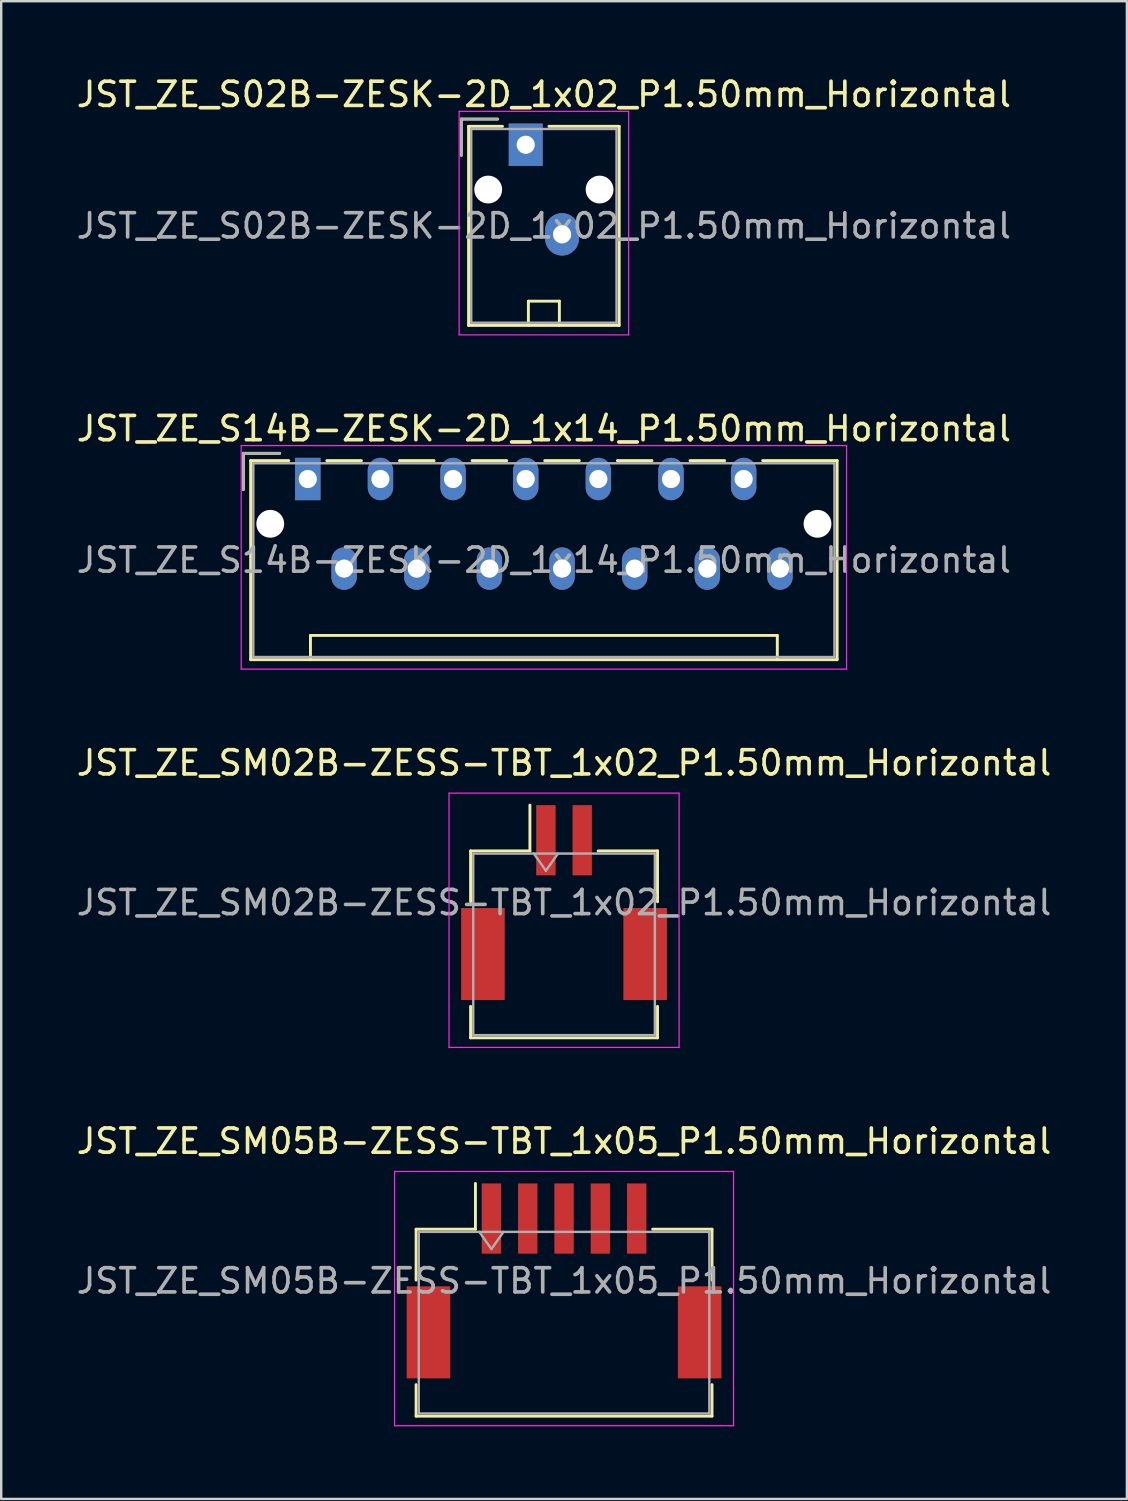
<source format=kicad_pcb>
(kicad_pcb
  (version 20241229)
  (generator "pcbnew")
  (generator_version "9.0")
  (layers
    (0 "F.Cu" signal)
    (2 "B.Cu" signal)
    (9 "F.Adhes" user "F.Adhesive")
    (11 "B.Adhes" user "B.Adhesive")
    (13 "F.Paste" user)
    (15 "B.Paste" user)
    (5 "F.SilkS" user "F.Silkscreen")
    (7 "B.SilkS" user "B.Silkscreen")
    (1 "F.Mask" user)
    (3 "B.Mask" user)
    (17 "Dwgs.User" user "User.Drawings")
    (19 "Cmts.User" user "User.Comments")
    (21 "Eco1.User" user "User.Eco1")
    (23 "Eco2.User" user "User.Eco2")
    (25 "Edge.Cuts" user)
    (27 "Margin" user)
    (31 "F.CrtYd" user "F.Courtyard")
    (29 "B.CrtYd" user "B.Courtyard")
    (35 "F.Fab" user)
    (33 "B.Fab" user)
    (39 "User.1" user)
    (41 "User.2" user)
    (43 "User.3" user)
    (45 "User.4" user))
  (footprint "JST_ZE_SM05B-ZESS-TBT_1x05_P1.50mm_Horizontal"
    (layer "F.Cu")
    (at 20.244 49.848)
    (property "Reference" "JST_ZE_SM05B-ZESS-TBT_1x05_P1.50mm_Horizontal" (at 0 -5.77 0) (layer "F.SilkS") (effects (font (size 1 1) (thickness 0.15))))
    (attr smd)
    (fp_line (start -6.11 -2.135) (end -3.66 -2.135) (stroke (width 0.12) (type solid)) (layer "F.SilkS"))
    (fp_line (start -6.11 -0.035) (end -6.11 -2.135) (stroke (width 0.12) (type solid)) (layer "F.SilkS"))
    (fp_line (start -6.11 4.285) (end -6.11 5.585) (stroke (width 0.12) (type solid)) (layer "F.SilkS"))
    (fp_line (start -6.11 5.585) (end 6.11 5.585) (stroke (width 0.12) (type solid)) (layer "F.SilkS"))
    (fp_line (start -3.66 -2.135) (end -3.66 -4.025) (stroke (width 0.12) (type solid)) (layer "F.SilkS"))
    (fp_line (start 6.11 -2.135) (end 3.66 -2.135) (stroke (width 0.12) (type solid)) (layer "F.SilkS"))
    (fp_line (start 6.11 -0.035) (end 6.11 -2.135) (stroke (width 0.12) (type solid)) (layer "F.SilkS"))
    (fp_line (start 6.11 5.585) (end 6.11 4.285) (stroke (width 0.12) (type solid)) (layer "F.SilkS"))
    (fp_line (start -7 -4.52) (end -7 5.98) (stroke (width 0.05) (type solid)) (layer "F.CrtYd"))
    (fp_line (start -7 5.98) (end 7 5.98) (stroke (width 0.05) (type solid)) (layer "F.CrtYd"))
    (fp_line (start 7 -4.52) (end -7 -4.52) (stroke (width 0.05) (type solid)) (layer "F.CrtYd"))
    (fp_line (start 7 5.98) (end 7 -4.52) (stroke (width 0.05) (type solid)) (layer "F.CrtYd"))
    (fp_line (start -6 -2.025) (end -6 5.475) (stroke (width 0.1) (type solid)) (layer "F.Fab"))
    (fp_line (start -6 -2.025) (end 6 -2.025) (stroke (width 0.1) (type solid)) (layer "F.Fab"))
    (fp_line (start -6 5.475) (end 6 5.475) (stroke (width 0.1) (type solid)) (layer "F.Fab"))
    (fp_line (start -3.5 -2.025) (end -3 -1.318) (stroke (width 0.1) (type solid)) (layer "F.Fab"))
    (fp_line (start -3 -1.318) (end -2.5 -2.025) (stroke (width 0.1) (type solid)) (layer "F.Fab"))
    (fp_line (start 6 -2.025) (end 6 5.475) (stroke (width 0.1) (type solid)) (layer "F.Fab"))
    (fp_text user "${REFERENCE}" (at 0 0 0) (layer "F.Fab") (effects (font (size 1 1) (thickness 0.15))))
    (pad "" smd rect (at -5.6 2.125) (size 1.8 3.8) (layers "F.Cu" "F.Mask" "F.Paste"))
    (pad "" smd rect (at 5.6 2.125) (size 1.8 3.8) (layers "F.Cu" "F.Mask" "F.Paste"))
    (pad "1" smd rect (at -3 -2.575) (size 0.8 2.9) (layers "F.Cu" "F.Mask" "F.Paste"))
    (pad "2" smd rect (at -1.5 -2.575) (size 0.8 2.9) (layers "F.Cu" "F.Mask" "F.Paste"))
    (pad "3" smd rect (at 0 -2.575) (size 0.8 2.9) (layers "F.Cu" "F.Mask" "F.Paste"))
    (pad "4" smd rect (at 1.5 -2.575) (size 0.8 2.9) (layers "F.Cu" "F.Mask" "F.Paste"))
    (pad "5" smd rect (at 3 -2.575) (size 0.8 2.9) (layers "F.Cu" "F.Mask" "F.Paste")))
  (footprint "JST_ZE_S02B-ZESK-2D_1x02_P1.50mm_Horizontal"
    (layer "F.Cu")
    (at 18.661 2.928)
    (property "Reference" "JST_ZE_S02B-ZESK-2D_1x02_P1.50mm_Horizontal" (at 0.75 -2.08 0) (layer "F.SilkS") (effects (font (size 1 1) (thickness 0.15))))
    (attr through_hole)
    (fp_line (start -2.66 -1.06) (end -1.16 -1.06) (stroke (width 0.12) (type solid)) (layer "F.SilkS"))
    (fp_line (start -2.66 0.44) (end -2.66 -1.06) (stroke (width 0.12) (type solid)) (layer "F.SilkS"))
    (fp_line (start -2.36 -0.76) (end -2.36 7.46) (stroke (width 0.12) (type solid)) (layer "F.SilkS"))
    (fp_line (start -2.36 7.46) (end 3.86 7.46) (stroke (width 0.12) (type solid)) (layer "F.SilkS"))
    (fp_line (start -0.96 -0.76) (end -2.36 -0.76) (stroke (width 0.12) (type solid)) (layer "F.SilkS"))
    (fp_line (start 0.11 6.46) (end 1.39 6.46) (stroke (width 0.12) (type solid)) (layer "F.SilkS"))
    (fp_line (start 0.11 7.46) (end 0.11 6.46) (stroke (width 0.12) (type solid)) (layer "F.SilkS"))
    (fp_line (start 1.39 6.46) (end 1.39 7.46) (stroke (width 0.12) (type solid)) (layer "F.SilkS"))
    (fp_line (start 3.86 -0.76) (end 0.96 -0.76) (stroke (width 0.12) (type solid)) (layer "F.SilkS"))
    (fp_line (start 3.86 7.46) (end 3.86 -0.76) (stroke (width 0.12) (type solid)) (layer "F.SilkS"))
    (fp_line (start -2.75 -1.38) (end -2.75 7.85) (stroke (width 0.05) (type solid)) (layer "F.CrtYd"))
    (fp_line (start -2.75 7.85) (end 4.25 7.85) (stroke (width 0.05) (type solid)) (layer "F.CrtYd"))
    (fp_line (start 4.25 -1.38) (end -2.75 -1.38) (stroke (width 0.05) (type solid)) (layer "F.CrtYd"))
    (fp_line (start 4.25 7.85) (end 4.25 -1.38) (stroke (width 0.05) (type solid)) (layer "F.CrtYd"))
    (fp_line (start -2.66 -1.06) (end -1.16 -1.06) (stroke (width 0.1) (type solid)) (layer "F.Fab"))
    (fp_line (start -2.66 0.44) (end -2.66 -1.06) (stroke (width 0.1) (type solid)) (layer "F.Fab"))
    (fp_line (start -2.25 -0.65) (end -2.25 7.35) (stroke (width 0.1) (type solid)) (layer "F.Fab"))
    (fp_line (start -2.25 7.35) (end 3.75 7.35) (stroke (width 0.1) (type solid)) (layer "F.Fab"))
    (fp_line (start 3.75 -0.65) (end -2.25 -0.65) (stroke (width 0.1) (type solid)) (layer "F.Fab"))
    (fp_line (start 3.75 7.35) (end 3.75 -0.65) (stroke (width 0.1) (type solid)) (layer "F.Fab"))
    (fp_text user "${REFERENCE}" (at 0.75 3.35 0) (layer "F.Fab") (effects (font (size 1 1) (thickness 0.15))))
    (pad "" np_thru_hole circle (at -1.55 1.85) (size 1.15 1.15) (drill 1.15) (layers "*.Cu" "*.Mask"))
    (pad "" np_thru_hole circle (at 3.05 1.85) (size 1.15 1.15) (drill 1.15) (layers "*.Cu" "*.Mask"))
    (pad "1" thru_hole rect (at 0 0) (size 1.4 1.75) (drill 0.75) (layers "*.Cu" "*.Mask"))
    (pad "2" thru_hole oval (at 1.5 3.7) (size 1.4 1.75) (drill 0.75) (layers "*.Cu" "*.Mask")))
  (footprint "JST_ZE_SM02B-ZESS-TBT_1x02_P1.50mm_Horizontal"
    (layer "F.Cu")
    (at 20.244 34.225)
    (property "Reference" "JST_ZE_SM02B-ZESS-TBT_1x02_P1.50mm_Horizontal" (at 0 -5.77 0) (layer "F.SilkS") (effects (font (size 1 1) (thickness 0.15))))
    (attr smd)
    (fp_line (start -3.86 -2.135) (end -1.41 -2.135) (stroke (width 0.12) (type solid)) (layer "F.SilkS"))
    (fp_line (start -3.86 -0.035) (end -3.86 -2.135) (stroke (width 0.12) (type solid)) (layer "F.SilkS"))
    (fp_line (start -3.86 4.285) (end -3.86 5.585) (stroke (width 0.12) (type solid)) (layer "F.SilkS"))
    (fp_line (start -3.86 5.585) (end 3.86 5.585) (stroke (width 0.12) (type solid)) (layer "F.SilkS"))
    (fp_line (start -1.41 -2.135) (end -1.41 -4.025) (stroke (width 0.12) (type solid)) (layer "F.SilkS"))
    (fp_line (start 3.86 -2.135) (end 1.41 -2.135) (stroke (width 0.12) (type solid)) (layer "F.SilkS"))
    (fp_line (start 3.86 -0.035) (end 3.86 -2.135) (stroke (width 0.12) (type solid)) (layer "F.SilkS"))
    (fp_line (start 3.86 5.585) (end 3.86 4.285) (stroke (width 0.12) (type solid)) (layer "F.SilkS"))
    (fp_line (start -4.75 -4.52) (end -4.75 5.98) (stroke (width 0.05) (type solid)) (layer "F.CrtYd"))
    (fp_line (start -4.75 5.98) (end 4.75 5.98) (stroke (width 0.05) (type solid)) (layer "F.CrtYd"))
    (fp_line (start 4.75 -4.52) (end -4.75 -4.52) (stroke (width 0.05) (type solid)) (layer "F.CrtYd"))
    (fp_line (start 4.75 5.98) (end 4.75 -4.52) (stroke (width 0.05) (type solid)) (layer "F.CrtYd"))
    (fp_line (start -3.75 -2.025) (end -3.75 5.475) (stroke (width 0.1) (type solid)) (layer "F.Fab"))
    (fp_line (start -3.75 -2.025) (end 3.75 -2.025) (stroke (width 0.1) (type solid)) (layer "F.Fab"))
    (fp_line (start -3.75 5.475) (end 3.75 5.475) (stroke (width 0.1) (type solid)) (layer "F.Fab"))
    (fp_line (start -1.25 -2.025) (end -0.75 -1.318) (stroke (width 0.1) (type solid)) (layer "F.Fab"))
    (fp_line (start -0.75 -1.318) (end -0.25 -2.025) (stroke (width 0.1) (type solid)) (layer "F.Fab"))
    (fp_line (start 3.75 -2.025) (end 3.75 5.475) (stroke (width 0.1) (type solid)) (layer "F.Fab"))
    (fp_text user "${REFERENCE}" (at 0 0 0) (layer "F.Fab") (effects (font (size 1 1) (thickness 0.15))))
    (pad "" smd rect (at -3.35 2.125) (size 1.8 3.8) (layers "F.Cu" "F.Mask" "F.Paste"))
    (pad "" smd rect (at 3.35 2.125) (size 1.8 3.8) (layers "F.Cu" "F.Mask" "F.Paste"))
    (pad "1" smd rect (at -0.75 -2.575) (size 0.8 2.9) (layers "F.Cu" "F.Mask" "F.Paste"))
    (pad "2" smd rect (at 0.75 -2.575) (size 0.8 2.9) (layers "F.Cu" "F.Mask" "F.Paste")))
  (footprint "JST_ZE_S14B-ZESK-2D_1x14_P1.50mm_Horizontal"
    (layer "F.Cu")
    (at 9.661 16.732)
    (property "Reference" "JST_ZE_S14B-ZESK-2D_1x14_P1.50mm_Horizontal" (at 9.75 -2.08 0) (layer "F.SilkS") (effects (font (size 1 1) (thickness 0.15))))
    (attr through_hole)
    (fp_line (start -2.66 -1.06) (end -1.16 -1.06) (stroke (width 0.12) (type solid)) (layer "F.SilkS"))
    (fp_line (start -2.66 0.44) (end -2.66 -1.06) (stroke (width 0.12) (type solid)) (layer "F.SilkS"))
    (fp_line (start -2.36 -0.76) (end -2.36 7.46) (stroke (width 0.12) (type solid)) (layer "F.SilkS"))
    (fp_line (start -2.36 7.46) (end 21.86 7.46) (stroke (width 0.12) (type solid)) (layer "F.SilkS"))
    (fp_line (start -0.785 -0.76) (end -2.36 -0.76) (stroke (width 0.12) (type solid)) (layer "F.SilkS"))
    (fp_line (start 0.11 6.46) (end 19.39 6.46) (stroke (width 0.12) (type solid)) (layer "F.SilkS"))
    (fp_line (start 0.11 7.46) (end 0.11 6.46) (stroke (width 0.12) (type solid)) (layer "F.SilkS"))
    (fp_line (start 0.785 -0.76) (end 2.215 -0.76) (stroke (width 0.12) (type solid)) (layer "F.SilkS"))
    (fp_line (start 3.785 -0.76) (end 5.215 -0.76) (stroke (width 0.12) (type solid)) (layer "F.SilkS"))
    (fp_line (start 6.785 -0.76) (end 8.215 -0.76) (stroke (width 0.12) (type solid)) (layer "F.SilkS"))
    (fp_line (start 9.785 -0.76) (end 11.215 -0.76) (stroke (width 0.12) (type solid)) (layer "F.SilkS"))
    (fp_line (start 12.785 -0.76) (end 14.215 -0.76) (stroke (width 0.12) (type solid)) (layer "F.SilkS"))
    (fp_line (start 15.785 -0.76) (end 17.215 -0.76) (stroke (width 0.12) (type solid)) (layer "F.SilkS"))
    (fp_line (start 19.39 6.46) (end 19.39 7.46) (stroke (width 0.12) (type solid)) (layer "F.SilkS"))
    (fp_line (start 21.86 -0.76) (end 18.785 -0.76) (stroke (width 0.12) (type solid)) (layer "F.SilkS"))
    (fp_line (start 21.86 7.46) (end 21.86 -0.76) (stroke (width 0.12) (type solid)) (layer "F.SilkS"))
    (fp_line (start -2.75 -1.38) (end -2.75 7.85) (stroke (width 0.05) (type solid)) (layer "F.CrtYd"))
    (fp_line (start -2.75 7.85) (end 22.25 7.85) (stroke (width 0.05) (type solid)) (layer "F.CrtYd"))
    (fp_line (start 22.25 -1.38) (end -2.75 -1.38) (stroke (width 0.05) (type solid)) (layer "F.CrtYd"))
    (fp_line (start 22.25 7.85) (end 22.25 -1.38) (stroke (width 0.05) (type solid)) (layer "F.CrtYd"))
    (fp_line (start -2.66 -1.06) (end -1.16 -1.06) (stroke (width 0.1) (type solid)) (layer "F.Fab"))
    (fp_line (start -2.66 0.44) (end -2.66 -1.06) (stroke (width 0.1) (type solid)) (layer "F.Fab"))
    (fp_line (start -2.25 -0.65) (end -2.25 7.35) (stroke (width 0.1) (type solid)) (layer "F.Fab"))
    (fp_line (start -2.25 7.35) (end 21.75 7.35) (stroke (width 0.1) (type solid)) (layer "F.Fab"))
    (fp_line (start 21.75 -0.65) (end -2.25 -0.65) (stroke (width 0.1) (type solid)) (layer "F.Fab"))
    (fp_line (start 21.75 7.35) (end 21.75 -0.65) (stroke (width 0.1) (type solid)) (layer "F.Fab"))
    (fp_text user "${REFERENCE}" (at 9.75 3.35 0) (layer "F.Fab") (effects (font (size 1 1) (thickness 0.15))))
    (pad "" np_thru_hole circle (at -1.55 1.85) (size 1.15 1.15) (drill 1.15) (layers "*.Cu" "*.Mask"))
    (pad "" np_thru_hole circle (at 21.05 1.85) (size 1.15 1.15) (drill 1.15) (layers "*.Cu" "*.Mask"))
    (pad "1" thru_hole rect (at 0 0) (size 1.05 1.75) (drill 0.75) (layers "*.Cu" "*.Mask"))
    (pad "2" thru_hole oval (at 1.5 3.7) (size 1.05 1.75) (drill 0.75) (layers "*.Cu" "*.Mask"))
    (pad "3" thru_hole oval (at 3 0) (size 1.05 1.75) (drill 0.75) (layers "*.Cu" "*.Mask"))
    (pad "4" thru_hole oval (at 4.5 3.7) (size 1.05 1.75) (drill 0.75) (layers "*.Cu" "*.Mask"))
    (pad "5" thru_hole oval (at 6 0) (size 1.05 1.75) (drill 0.75) (layers "*.Cu" "*.Mask"))
    (pad "6" thru_hole oval (at 7.5 3.7) (size 1.05 1.75) (drill 0.75) (layers "*.Cu" "*.Mask"))
    (pad "7" thru_hole oval (at 9 0) (size 1.05 1.75) (drill 0.75) (layers "*.Cu" "*.Mask"))
    (pad "8" thru_hole oval (at 10.5 3.7) (size 1.05 1.75) (drill 0.75) (layers "*.Cu" "*.Mask"))
    (pad "9" thru_hole oval (at 12 0) (size 1.05 1.75) (drill 0.75) (layers "*.Cu" "*.Mask"))
    (pad "10" thru_hole oval (at 13.5 3.7) (size 1.05 1.75) (drill 0.75) (layers "*.Cu" "*.Mask"))
    (pad "11" thru_hole oval (at 15 0) (size 1.05 1.75) (drill 0.75) (layers "*.Cu" "*.Mask"))
    (pad "12" thru_hole oval (at 16.5 3.7) (size 1.05 1.75) (drill 0.75) (layers "*.Cu" "*.Mask"))
    (pad "13" thru_hole oval (at 18 0) (size 1.05 1.75) (drill 0.75) (layers "*.Cu" "*.Mask"))
    (pad "14" thru_hole oval (at 19.5 3.7) (size 1.05 1.75) (drill 0.75) (layers "*.Cu" "*.Mask")))
  (gr_rect
    (start -3 -3)
    (end 43.488 58.853)
    (stroke (width 0.1) (type default))
    (fill no)
    (layer "Edge.Cuts")))
</source>
